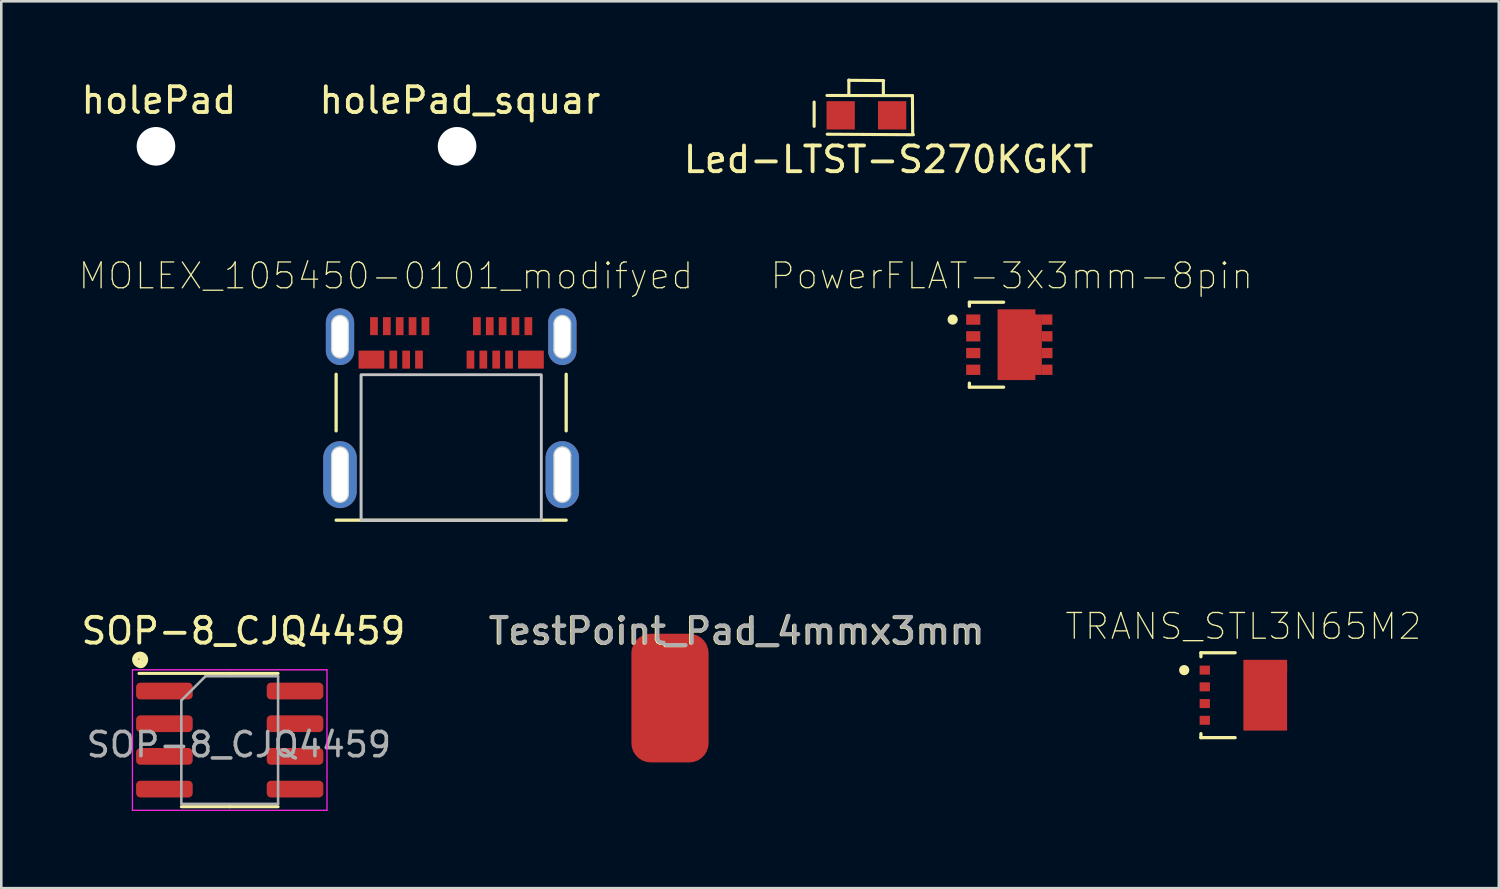
<source format=kicad_pcb>
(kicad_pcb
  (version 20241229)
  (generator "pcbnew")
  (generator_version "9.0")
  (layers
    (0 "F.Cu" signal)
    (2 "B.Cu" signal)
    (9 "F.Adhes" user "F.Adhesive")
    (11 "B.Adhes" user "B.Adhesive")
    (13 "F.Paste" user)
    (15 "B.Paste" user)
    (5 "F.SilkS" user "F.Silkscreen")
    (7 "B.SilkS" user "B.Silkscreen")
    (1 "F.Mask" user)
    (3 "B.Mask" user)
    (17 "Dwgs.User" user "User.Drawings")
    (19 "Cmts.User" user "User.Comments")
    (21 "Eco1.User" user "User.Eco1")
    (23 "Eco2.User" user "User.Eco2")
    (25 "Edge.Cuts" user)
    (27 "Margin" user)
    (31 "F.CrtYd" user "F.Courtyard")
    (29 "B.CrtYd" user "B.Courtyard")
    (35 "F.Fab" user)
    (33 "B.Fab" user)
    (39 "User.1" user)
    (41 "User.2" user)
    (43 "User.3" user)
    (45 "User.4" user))
  (footprint "holePad"
    (layer "F.Cu")
    (at 3.011 2.636)
    (property "Reference" "holePad" (at 0.114 -1.788 0) (layer "F.SilkS") (effects (font (size 1 1) (thickness 0.15))))
    (attr through_hole)
    (pad "" np_thru_hole circle (at 0 0) (size 1.5 1.5) (drill 1.5) (layers "*.Cu" "*.Mask")))
  (footprint "TRANS_STL3N65M2"
    (layer "F.Cu")
    (at 45.27 23.967)
    (property "Reference" "TRANS_STL3N65M2" (at 0 -2.675 0) (layer "F.SilkS") (effects (font (size 1 1) (thickness 0.05))))
    (attr smd)
    (fp_line (start -1.65 -1.65) (end -1.65 -1.495) (stroke (width 0.127) (type solid)) (layer "F.SilkS"))
    (fp_line (start -1.65 1.495) (end -1.65 1.65) (stroke (width 0.127) (type solid)) (layer "F.SilkS"))
    (fp_line (start -1.65 1.65) (end -0.32 1.65) (stroke (width 0.127) (type solid)) (layer "F.SilkS"))
    (fp_line (start -0.32 -1.65) (end -1.65 -1.65) (stroke (width 0.127) (type solid)) (layer "F.SilkS"))
    (fp_circle (center -2.3 -0.975) (end -2.2 -0.975) (stroke (width 0.2) (type solid)) (fill no) (layer "F.SilkS"))
    (fp_line (start -1.95 1.9) (end -1.95 -1.9) (stroke (width 0.05) (type solid)) (layer "Eco1.User"))
    (fp_line (start -1.95 1.9) (end 1.95 1.9) (stroke (width 0.05) (type solid)) (layer "Eco1.User"))
    (fp_line (start 1.95 -1.9) (end -1.95 -1.9) (stroke (width 0.05) (type solid)) (layer "Eco1.User"))
    (fp_line (start 1.95 -1.9) (end 1.95 1.9) (stroke (width 0.05) (type solid)) (layer "Eco1.User"))
    (fp_line (start -1.65 1.65) (end -1.65 -1.65) (stroke (width 0.127) (type solid)) (layer "Eco2.User"))
    (fp_line (start -1.65 1.65) (end 1.65 1.65) (stroke (width 0.127) (type solid)) (layer "Eco2.User"))
    (fp_line (start 1.65 -1.65) (end -1.65 -1.65) (stroke (width 0.127) (type solid)) (layer "Eco2.User"))
    (fp_line (start 1.65 -1.65) (end 1.65 1.65) (stroke (width 0.127) (type solid)) (layer "Eco2.User"))
    (fp_circle (center -2.3 -0.975) (end -2.2 -0.975) (stroke (width 0.2) (type solid)) (fill no) (layer "Eco2.User"))
    (pad "1" smd rect (at -1.5 -0.975) (size 0.4 0.35) (layers "F.Cu" "F.Mask" "F.Paste"))
    (pad "2" smd rect (at -1.5 -0.325) (size 0.4 0.35) (layers "F.Cu" "F.Mask" "F.Paste"))
    (pad "3" smd rect (at -1.5 0.325) (size 0.4 0.35) (layers "F.Cu" "F.Mask" "F.Paste"))
    (pad "4" smd rect (at -1.5 0.975) (size 0.4 0.35) (layers "F.Cu" "F.Mask" "F.Paste"))
    (pad "5" smd rect (at 0.85 0) (size 1.7 2.75) (layers "F.Cu" "F.Mask" "F.Paste"))
    (pad "6" smd rect (at 1.499 -1.039) (size 0.4 0.35) (layers "F.Cu" "F.Mask" "F.Paste"))
    (pad "7" smd rect (at 1.491 -0.358) (size 0.4 0.35) (layers "F.Cu" "F.Mask" "F.Paste"))
    (pad "8" smd rect (at 1.481 0.208) (size 0.4 0.35) (layers "F.Cu" "F.Mask" "F.Paste")))
  (footprint "Led-LTST-S270KGKT"
    (layer "F.Cu")
    (at 29.62 1.432)
    (property "Reference" "Led-LTST-S270KGKT" (at 1.862 1.717 0) (layer "F.SilkS") (effects (font (size 1 1) (thickness 0.15))))
    (attr through_hole)
    (fp_line (start -1.031 -0.516) (end -1.031 0.427) (stroke (width 0.12) (type solid)) (layer "F.SilkS"))
    (fp_line (start -0.523 0.734) (end 2.827 0.754) (stroke (width 0.12) (type solid)) (layer "F.SilkS"))
    (fp_line (start 0.318 -1.361) (end 1.669 -1.351) (stroke (width 0.12) (type solid)) (layer "F.SilkS"))
    (fp_line (start 0.318 -0.846) (end 0.318 -1.372) (stroke (width 0.12) (type solid)) (layer "F.SilkS"))
    (fp_line (start 1.659 -1.331) (end 1.659 -0.795) (stroke (width 0.12) (type solid)) (layer "F.SilkS"))
    (fp_line (start 2.789 -0.765) (end -0.533 -0.772) (stroke (width 0.12) (type solid)) (layer "F.SilkS"))
    (fp_line (start 2.799 0.744) (end 2.789 -0.765) (stroke (width 0.12) (type solid)) (layer "F.SilkS"))
    (pad "1" smd rect (at 0 0) (size 1.1 1.1) (layers "F.Cu" "F.Mask" "F.Paste"))
    (pad "2" smd rect (at 2 0) (size 1.1 1.1) (layers "F.Cu" "F.Mask" "F.Paste")))
  (footprint "TestPoint_Pad_4mmx3mm"
    (layer "F.Cu")
    (at 23.025 23.98)
    (property "Reference" "TestPoint_Pad_4mmx3mm" (at 2.54 -2.5 0) (layer "F.SilkS") (effects (font (size 1 1) (thickness 0.15))))
    (attr exclude_from_pos_files exclude_from_bom)
    (fp_text user "${REFERENCE}" (at 2.573 -2.512 0) (layer "F.Fab") (effects (font (size 1 1) (thickness 0.15))))
    (pad "1" smd roundrect (at -0.038 0.099) (size 3 5) (layers "F.Cu" "F.Mask" "F.Paste") (roundrect_rratio 0.25)))
  (footprint "PowerFLAT-3x3mm-8pin"
    (layer "F.Cu")
    (at 36.272 10.345)
    (property "Reference" "PowerFLAT-3x3mm-8pin" (at 0 -2.675 0) (layer "F.SilkS") (effects (font (size 1 1) (thickness 0.05))))
    (attr smd)
    (fp_line (start -1.65 -1.65) (end -1.65 -1.495) (stroke (width 0.127) (type solid)) (layer "F.SilkS"))
    (fp_line (start -1.65 1.495) (end -1.65 1.65) (stroke (width 0.127) (type solid)) (layer "F.SilkS"))
    (fp_line (start -1.65 1.65) (end -0.32 1.65) (stroke (width 0.127) (type solid)) (layer "F.SilkS"))
    (fp_line (start -0.32 -1.65) (end -1.65 -1.65) (stroke (width 0.127) (type solid)) (layer "F.SilkS"))
    (fp_circle (center -2.3 -0.975) (end -2.2 -0.975) (stroke (width 0.2) (type solid)) (fill no) (layer "F.SilkS"))
    (fp_line (start -1.95 1.9) (end -1.95 -1.9) (stroke (width 0.05) (type solid)) (layer "Eco1.User"))
    (fp_line (start -1.95 1.9) (end 1.95 1.9) (stroke (width 0.05) (type solid)) (layer "Eco1.User"))
    (fp_line (start 1.95 -1.9) (end -1.95 -1.9) (stroke (width 0.05) (type solid)) (layer "Eco1.User"))
    (fp_line (start 1.95 -1.9) (end 1.95 1.9) (stroke (width 0.05) (type solid)) (layer "Eco1.User"))
    (fp_line (start -1.65 1.65) (end -1.65 -1.65) (stroke (width 0.127) (type solid)) (layer "Eco2.User"))
    (fp_line (start -1.65 1.65) (end 1.65 1.65) (stroke (width 0.127) (type solid)) (layer "Eco2.User"))
    (fp_line (start 1.65 -1.65) (end -1.65 -1.65) (stroke (width 0.127) (type solid)) (layer "Eco2.User"))
    (fp_line (start 1.65 -1.65) (end 1.65 1.65) (stroke (width 0.127) (type solid)) (layer "Eco2.User"))
    (fp_circle (center -2.3 -0.975) (end -2.2 -0.975) (stroke (width 0.2) (type solid)) (fill no) (layer "Eco2.User"))
    (pad "1" smd rect (at -1.5 -0.975) (size 0.55 0.4) (layers "F.Cu" "F.Mask" "F.Paste"))
    (pad "2" smd rect (at -1.5 -0.325) (size 0.55 0.4) (layers "F.Cu" "F.Mask" "F.Paste"))
    (pad "3" smd rect (at -1.5 0.325) (size 0.55 0.4) (layers "F.Cu" "F.Mask" "F.Paste"))
    (pad "4" smd rect (at -1.5 0.975) (size 0.55 0.4) (layers "F.Cu" "F.Mask" "F.Paste"))
    (pad "5" smd custom (at 0.18 0 90) (size 2.75 1.47) (layers "F.Cu" "F.Mask" "F.Paste") (options (anchor rect)) (primitives (gr_poly (pts (xy 1.175 0.735) (xy 1.175 0.985) (xy -1.175 0.985) (xy -1.175 0.735)) (width 0) (fill yes))))
    (pad "5" smd rect (at 1.369 0.325 180) (size 0.42 0.4) (layers "F.Cu" "F.Mask" "F.Paste"))
    (pad "6" smd rect (at 1.364 -0.975 180) (size 0.42 0.4) (layers "F.Cu" "F.Mask" "F.Paste"))
    (pad "7" smd rect (at 1.369 -0.325) (size 0.42 0.4) (layers "F.Cu" "F.Mask" "F.Paste"))
    (pad "8" smd rect (at 1.369 0.975) (size 0.42 0.4) (layers "F.Cu" "F.Mask" "F.Paste")))
  (footprint "holePad_squar"
    (layer "F.Cu")
    (at 14.713 2.636)
    (property "Reference" "holePad_squar" (at 0.114 -1.788 0) (layer "F.SilkS") (effects (font (size 1 1) (thickness 0.15))))
    (attr through_hole)
    (pad "" np_thru_hole circle (at 0 0) (size 1.5 1.5) (drill 1.5) (layers "*.Cu" "*.Mask")))
  (footprint "MOLEX_105450-0101_modifyed"
    (layer "F.Cu")
    (at 14.483 13.395)
    (property "Reference" "MOLEX_105450-0101_modifyed" (at -2.536 -5.723 0) (layer "F.SilkS") (effects (font (size 1.004 1.004) (thickness 0.05))))
    (attr smd)
    (fp_line (start -4.47 0.3) (end -4.47 -1.9) (stroke (width 0.127) (type solid)) (layer "F.SilkS"))
    (fp_line (start -4.47 3.77) (end 4.47 3.77) (stroke (width 0.127) (type solid)) (layer "F.SilkS"))
    (fp_line (start 4.47 0.3) (end 4.47 -1.9) (stroke (width 0.127) (type solid)) (layer "F.SilkS"))
    (fp_poly (pts (xy -3.502 -1.88) (xy 3.5 -1.88) (xy 3.5 3.773) (xy -3.502 3.773)) (stroke (width 0.1) (type solid)) (fill no) (layer "Dwgs.User"))
    (fp_poly (pts (xy -3.501 -1.88) (xy 3.5 -1.88) (xy 3.5 3.771) (xy -3.501 3.771)) (stroke (width 0.1) (type solid)) (fill no) (layer "Dwgs.User"))
    (fp_line (start -5.22 -4.71) (end 5.22 -4.71) (stroke (width 0.05) (type solid)) (layer "Eco1.User"))
    (fp_line (start -5.22 4.2) (end -5.22 -4.71) (stroke (width 0.05) (type solid)) (layer "Eco1.User"))
    (fp_line (start 5.22 -4.71) (end 5.22 4.2) (stroke (width 0.05) (type solid)) (layer "Eco1.User"))
    (fp_line (start 5.22 4.2) (end -5.22 4.2) (stroke (width 0.05) (type solid)) (layer "Eco1.User"))
    (fp_line (start -4.47 -3.95) (end -4.47 3.95) (stroke (width 0.127) (type solid)) (layer "Eco2.User"))
    (fp_line (start -4.47 3.95) (end 4.47 3.95) (stroke (width 0.127) (type solid)) (layer "Eco2.User"))
    (fp_line (start 4.47 -3.95) (end -4.47 -3.95) (stroke (width 0.127) (type solid)) (layer "Eco2.User"))
    (fp_line (start 4.47 3.95) (end 4.47 -3.95) (stroke (width 0.127) (type solid)) (layer "Eco2.User"))
    (fp_line (start -4.62 -2.86) (end -4.62 -3.86) (stroke (width 0.1) (type solid)) (layer "Edge.Cuts"))
    (fp_line (start -4.62 2.75) (end -4.62 1.25) (stroke (width 0.1) (type solid)) (layer "Edge.Cuts"))
    (fp_line (start -4.02 -3.86) (end -4.02 -2.86) (stroke (width 0.1) (type solid)) (layer "Edge.Cuts"))
    (fp_line (start -4.02 1.25) (end -4.02 2.75) (stroke (width 0.1) (type solid)) (layer "Edge.Cuts"))
    (fp_line (start 4.02 -2.86) (end 4.02 -3.86) (stroke (width 0.1) (type solid)) (layer "Edge.Cuts"))
    (fp_line (start 4.02 2.75) (end 4.02 1.25) (stroke (width 0.1) (type solid)) (layer "Edge.Cuts"))
    (fp_line (start 4.62 -3.86) (end 4.62 -2.86) (stroke (width 0.1) (type solid)) (layer "Edge.Cuts"))
    (fp_line (start 4.62 1.25) (end 4.62 2.75) (stroke (width 0.1) (type solid)) (layer "Edge.Cuts"))
    (fp_arc (start -4.62 -3.86) (mid -4.532132 -4.072132) (end -4.32 -4.16) (stroke (width 0.1) (type solid)) (layer "Edge.Cuts"))
    (fp_arc (start -4.62 1.25) (mid -4.532132 1.037868) (end -4.32 0.95) (stroke (width 0.1) (type solid)) (layer "Edge.Cuts"))
    (fp_arc (start -4.32 -4.16) (mid -4.107868 -4.072132) (end -4.02 -3.86) (stroke (width 0.1) (type solid)) (layer "Edge.Cuts"))
    (fp_arc (start -4.32 -2.56) (mid -4.532132 -2.647868) (end -4.62 -2.86) (stroke (width 0.1) (type solid)) (layer "Edge.Cuts"))
    (fp_arc (start -4.32 0.95) (mid -4.107868 1.037868) (end -4.02 1.25) (stroke (width 0.1) (type solid)) (layer "Edge.Cuts"))
    (fp_arc (start -4.32 3.05) (mid -4.532132 2.962132) (end -4.62 2.75) (stroke (width 0.1) (type solid)) (layer "Edge.Cuts"))
    (fp_arc (start -4.02 -2.86) (mid -4.107868 -2.647868) (end -4.32 -2.56) (stroke (width 0.1) (type solid)) (layer "Edge.Cuts"))
    (fp_arc (start -4.02 2.75) (mid -4.107868 2.962132) (end -4.32 3.05) (stroke (width 0.1) (type solid)) (layer "Edge.Cuts"))
    (fp_arc (start 4.02 -3.86) (mid 4.107868 -4.072132) (end 4.32 -4.16) (stroke (width 0.1) (type solid)) (layer "Edge.Cuts"))
    (fp_arc (start 4.02 1.25) (mid 4.107868 1.037868) (end 4.32 0.95) (stroke (width 0.1) (type solid)) (layer "Edge.Cuts"))
    (fp_arc (start 4.32 -4.16) (mid 4.532132 -4.072132) (end 4.62 -3.86) (stroke (width 0.1) (type solid)) (layer "Edge.Cuts"))
    (fp_arc (start 4.32 -2.56) (mid 4.107868 -2.647868) (end 4.02 -2.86) (stroke (width 0.1) (type solid)) (layer "Edge.Cuts"))
    (fp_arc (start 4.32 0.95) (mid 4.532132 1.037868) (end 4.62 1.25) (stroke (width 0.1) (type solid)) (layer "Edge.Cuts"))
    (fp_arc (start 4.32 3.05) (mid 4.107868 2.962132) (end 4.02 2.75) (stroke (width 0.1) (type solid)) (layer "Edge.Cuts"))
    (fp_arc (start 4.62 -2.86) (mid 4.532132 -2.647868) (end 4.32 -2.56) (stroke (width 0.1) (type solid)) (layer "Edge.Cuts"))
    (fp_arc (start 4.62 2.75) (mid 4.532132 2.962132) (end 4.32 3.05) (stroke (width 0.1) (type solid)) (layer "Edge.Cuts"))
    (pad "A1" smd rect (at -3 -3.77) (size 0.3 0.7) (layers "F.Cu" "F.Mask" "F.Paste"))
    (pad "A2" smd rect (at -2.5 -3.77) (size 0.3 0.7) (layers "F.Cu" "F.Mask" "F.Paste"))
    (pad "A3" smd rect (at -2 -3.77) (size 0.3 0.7) (layers "F.Cu" "F.Mask" "F.Paste"))
    (pad "A4" smd rect (at -1.5 -3.77) (size 0.3 0.7) (layers "F.Cu" "F.Mask" "F.Paste"))
    (pad "A5" smd rect (at -1 -3.77) (size 0.3 0.7) (layers "F.Cu" "F.Mask" "F.Paste"))
    (pad "A8" smd rect (at 1 -3.77) (size 0.3 0.7) (layers "F.Cu" "F.Mask" "F.Paste"))
    (pad "A9" smd rect (at 1.5 -3.77) (size 0.3 0.7) (layers "F.Cu" "F.Mask" "F.Paste"))
    (pad "A10" smd rect (at 2 -3.77) (size 0.3 0.7) (layers "F.Cu" "F.Mask" "F.Paste"))
    (pad "A11" smd rect (at 2.5 -3.77) (size 0.3 0.7) (layers "F.Cu" "F.Mask" "F.Paste"))
    (pad "A12" smd rect (at 3 -3.77) (size 0.3 0.7) (layers "F.Cu" "F.Mask" "F.Paste"))
    (pad "B1" smd rect (at 3.1 -2.47) (size 1 0.7) (layers "F.Cu" "F.Mask" "F.Paste"))
    (pad "B2" smd rect (at 2.25 -2.47) (size 0.3 0.7) (layers "F.Cu" "F.Mask" "F.Paste"))
    (pad "B3" smd rect (at 1.75 -2.47) (size 0.3 0.7) (layers "F.Cu" "F.Mask" "F.Paste"))
    (pad "B4" smd rect (at 1.25 -2.47) (size 0.3 0.7) (layers "F.Cu" "F.Mask" "F.Paste"))
    (pad "B5" smd rect (at 0.75 -2.47) (size 0.3 0.7) (layers "F.Cu" "F.Mask" "F.Paste"))
    (pad "B9" smd rect (at -1.25 -2.47) (size 0.3 0.7) (layers "F.Cu" "F.Mask" "F.Paste"))
    (pad "B10" smd rect (at -1.75 -2.47) (size 0.3 0.7) (layers "F.Cu" "F.Mask" "F.Paste"))
    (pad "B11" smd rect (at -2.25 -2.47) (size 0.3 0.7) (layers "F.Cu" "F.Mask" "F.Paste"))
    (pad "B12" smd rect (at -3.1 -2.47) (size 1 0.7) (layers "F.Cu" "F.Mask" "F.Paste"))
    (pad "S1" thru_hole oval (at -4.32 -3.36 90) (size 2.2 1.1) (drill oval 1.6 0.6) (layers "*.Cu" "*.Mask"))
    (pad "S2" thru_hole oval (at 4.32 -3.36 90) (size 2.2 1.1) (drill oval 1.6 0.6) (layers "*.Cu" "*.Mask"))
    (pad "S3" thru_hole oval (at -4.32 2 90) (size 2.6 1.3) (drill oval 2.1 0.6) (layers "*.Cu" "*.Mask"))
    (pad "S4" thru_hole oval (at 4.32 2 90) (size 2.6 1.3) (drill oval 2.1 0.6) (layers "*.Cu" "*.Mask")))
  (footprint "SOP-8_CJQ4459"
    (layer "F.Cu")
    (at 5.877 25.71)
    (property "Reference" "SOP-8_CJQ4459" (at 0.533 -4.242 0) (layer "F.SilkS") (effects (font (size 1 1) (thickness 0.15))))
    (attr smd)
    (fp_line (start 0 -2.59) (end -3.525 -2.59) (stroke (width 0.12) (type solid)) (layer "F.SilkS"))
    (fp_line (start 0 -2.59) (end 1.88 -2.59) (stroke (width 0.12) (type solid)) (layer "F.SilkS"))
    (fp_line (start 0 2.59) (end -1.88 2.59) (stroke (width 0.12) (type solid)) (layer "F.SilkS"))
    (fp_line (start 0 2.59) (end 1.88 2.59) (stroke (width 0.12) (type solid)) (layer "F.SilkS"))
    (fp_arc (start -3.4544 -3.192987) (mid -3.364822 -2.87766) (end -3.606799 -3.098799) (stroke (width 0.12) (type solid)) (layer "F.SilkS"))
    (fp_arc (start -3.4544 -3.001495) (mid -3.493934 -3.292331) (end -3.378201 -3.022601) (stroke (width 0.12) (type solid)) (layer "F.SilkS"))
    (fp_arc (start -3.355048 -2.905884) (mid -3.632426 -3.324026) (end -3.302001 -2.946401) (stroke (width 0.12) (type solid)) (layer "F.SilkS"))
    (fp_arc (start -3.292757 -3.178082) (mid -3.342762 -2.995481) (end -3.530599 -2.971801) (stroke (width 0.12) (type solid)) (layer "F.SilkS"))
    (fp_arc (start -3.289008 -3.041505) (mid -3.62366 -3.049741) (end -3.403601 -3.301999) (stroke (width 0.12) (type solid)) (layer "F.SilkS"))
    (fp_circle (center -3.581 -3.15) (end -3.454 -3.124) (stroke (width 0.12) (type solid)) (fill no) (layer "F.SilkS"))
    (fp_circle (center -3.404 -2.972) (end -3.454 -3.023) (stroke (width 0.12) (type solid)) (fill no) (layer "F.SilkS"))
    (fp_line (start -3.78 -2.73) (end -3.78 2.73) (stroke (width 0.05) (type solid)) (layer "F.CrtYd"))
    (fp_line (start -3.78 2.73) (end 3.78 2.73) (stroke (width 0.05) (type solid)) (layer "F.CrtYd"))
    (fp_line (start 3.78 -2.73) (end -3.78 -2.73) (stroke (width 0.05) (type solid)) (layer "F.CrtYd"))
    (fp_line (start 3.78 2.73) (end 3.78 -2.73) (stroke (width 0.05) (type solid)) (layer "F.CrtYd"))
    (fp_line (start -1.88 -1.54) (end -0.94 -2.48) (stroke (width 0.1) (type solid)) (layer "F.Fab"))
    (fp_line (start -1.88 2.48) (end -1.88 -1.54) (stroke (width 0.1) (type solid)) (layer "F.Fab"))
    (fp_line (start -0.94 -2.48) (end 1.88 -2.48) (stroke (width 0.1) (type solid)) (layer "F.Fab"))
    (fp_line (start 1.88 -2.48) (end 1.88 2.48) (stroke (width 0.1) (type solid)) (layer "F.Fab"))
    (fp_line (start 1.88 2.48) (end -1.88 2.48) (stroke (width 0.1) (type solid)) (layer "F.Fab"))
    (fp_text user "${REFERENCE}" (at 0.356 0.178 0) (layer "F.Fab") (effects (font (size 0.94 0.94) (thickness 0.14))))
    (pad "1" smd roundrect (at -2.538 -1.905) (size 2.2 0.65) (layers "F.Cu" "F.Mask" "F.Paste") (roundrect_rratio 0.25))
    (pad "2" smd roundrect (at -2.538 -0.635) (size 2.2 0.65) (layers "F.Cu" "F.Mask" "F.Paste") (roundrect_rratio 0.25))
    (pad "3" smd roundrect (at -2.538 0.635) (size 2.2 0.65) (layers "F.Cu" "F.Mask" "F.Paste") (roundrect_rratio 0.25))
    (pad "4" smd roundrect (at -2.538 1.905) (size 2.2 0.65) (layers "F.Cu" "F.Mask" "F.Paste") (roundrect_rratio 0.25))
    (pad "5" smd roundrect (at 2.538 1.905) (size 2.2 0.65) (layers "F.Cu" "F.Mask" "F.Paste") (roundrect_rratio 0.25))
    (pad "6" smd roundrect (at 2.538 0.635) (size 2.2 0.65) (layers "F.Cu" "F.Mask" "F.Paste") (roundrect_rratio 0.25))
    (pad "7" smd roundrect (at 2.538 -0.635) (size 2.2 0.65) (layers "F.Cu" "F.Mask" "F.Paste") (roundrect_rratio 0.25))
    (pad "8" smd roundrect (at 2.538 -1.905) (size 2.2 0.65) (layers "F.Cu" "F.Mask" "F.Paste") (roundrect_rratio 0.25)))
  (gr_rect
    (start -3 -3)
    (end 55.197 31.465)
    (stroke (width 0.1) (type default))
    (fill no)
    (layer "Edge.Cuts")))
</source>
